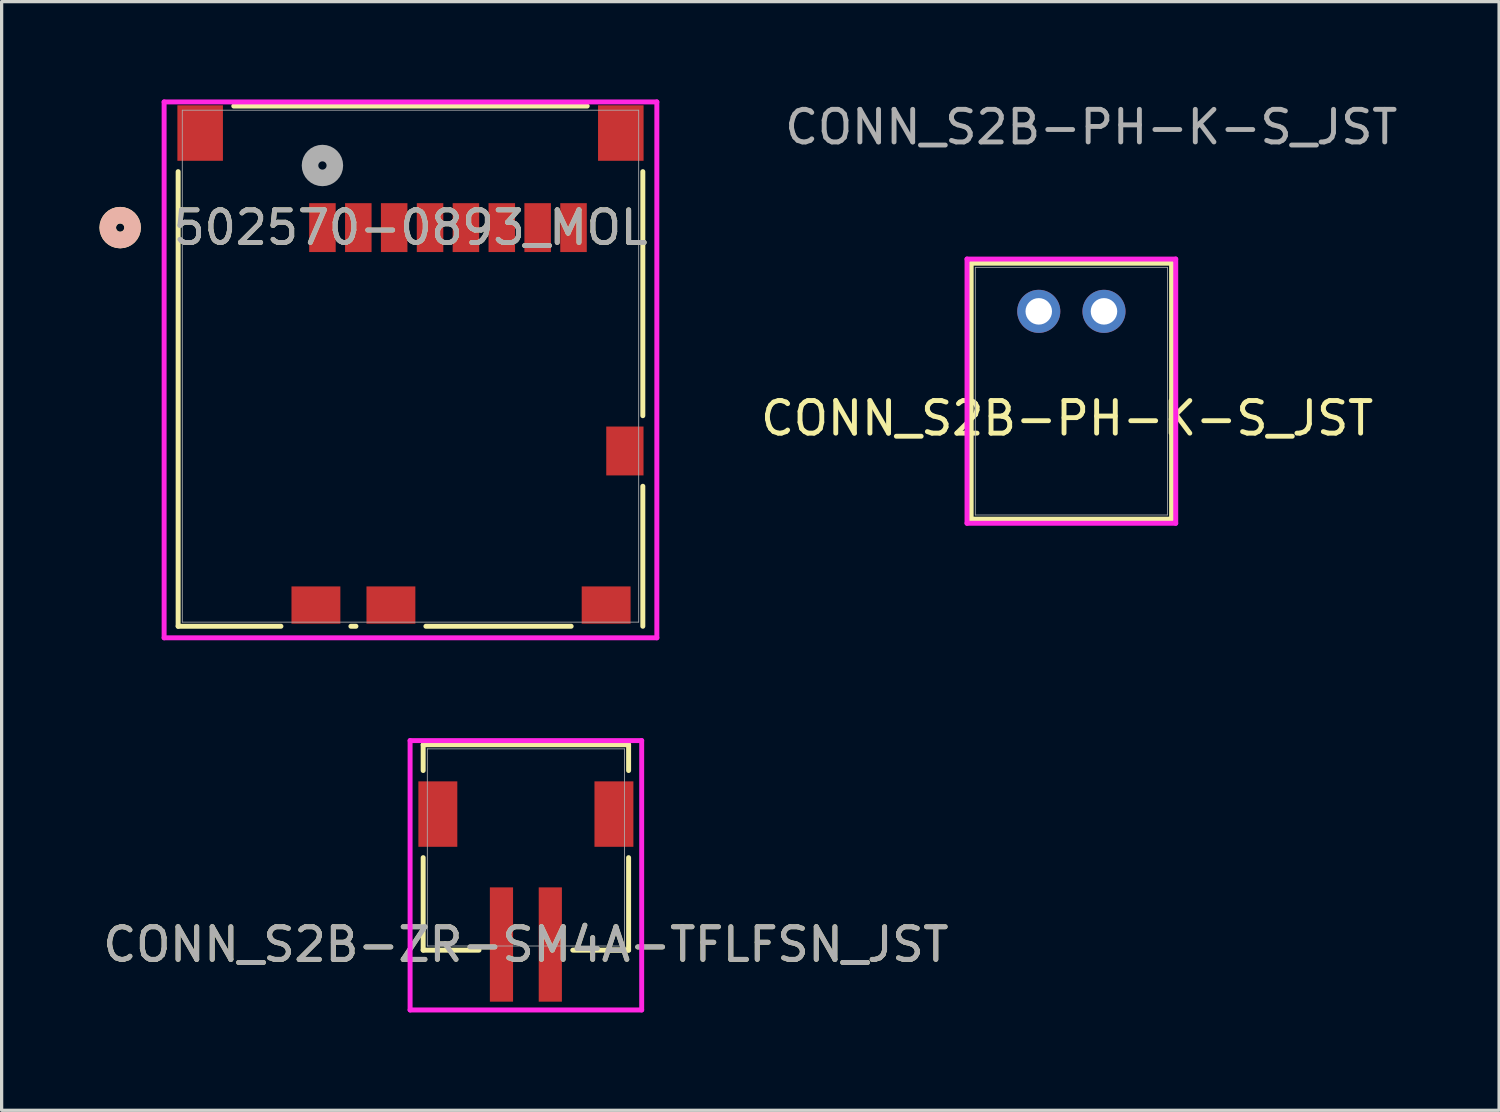
<source format=kicad_pcb>
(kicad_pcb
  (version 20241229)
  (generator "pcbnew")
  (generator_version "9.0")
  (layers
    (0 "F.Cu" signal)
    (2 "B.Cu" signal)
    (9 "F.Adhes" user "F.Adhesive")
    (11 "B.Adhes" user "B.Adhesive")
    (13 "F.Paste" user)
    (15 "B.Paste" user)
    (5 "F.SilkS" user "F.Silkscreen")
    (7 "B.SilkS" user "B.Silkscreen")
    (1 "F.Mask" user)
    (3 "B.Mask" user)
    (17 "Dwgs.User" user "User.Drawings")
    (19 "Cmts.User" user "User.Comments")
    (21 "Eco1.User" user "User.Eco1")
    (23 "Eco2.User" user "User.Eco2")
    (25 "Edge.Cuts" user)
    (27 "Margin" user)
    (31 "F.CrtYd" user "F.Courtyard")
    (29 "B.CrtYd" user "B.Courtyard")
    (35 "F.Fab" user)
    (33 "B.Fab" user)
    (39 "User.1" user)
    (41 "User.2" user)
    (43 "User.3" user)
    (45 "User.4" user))
  (footprint "502570-0893_MOL"
    (layer "F.Cu")
    (at 9.538 8.179)
    (property "Reference" "502570-0893_MOL" (at 0 -4.249 0) (unlocked yes) (layer "F.SilkS") (effects (font (size 1 1) (thickness 0.15))))
    (attr smd)
    (fp_line (start -7.125 -5.965) (end -7.125 7.976) (stroke (width 0.152) (type solid)) (layer "F.SilkS"))
    (fp_line (start -7.125 7.976) (end -3.973 7.976) (stroke (width 0.152) (type solid)) (layer "F.SilkS"))
    (fp_line (start -1.827 7.976) (end -1.673 7.976) (stroke (width 0.152) (type solid)) (layer "F.SilkS"))
    (fp_line (start 0.473 7.976) (end 4.927 7.976) (stroke (width 0.152) (type solid)) (layer "F.SilkS"))
    (fp_line (start 5.419 -7.976) (end -5.419 -7.976) (stroke (width 0.152) (type solid)) (layer "F.SilkS"))
    (fp_line (start 7.125 1.519) (end 7.125 -5.965) (stroke (width 0.152) (type solid)) (layer "F.SilkS"))
    (fp_line (start 7.125 7.976) (end 7.125 3.683) (stroke (width 0.152) (type solid)) (layer "F.SilkS"))
    (fp_circle (center -8.903 -4.249) (end -8.522 -4.249) (stroke (width 0.508) (type solid)) (fill no) (layer "F.SilkS"))
    (fp_circle (center -8.903 -4.249) (end -8.522 -4.249) (stroke (width 0.508) (type solid)) (fill no) (layer "B.SilkS"))
    (fp_line (start -7.555 -8.103) (end -7.555 8.33) (stroke (width 0.152) (type solid)) (layer "F.CrtYd"))
    (fp_line (start -7.555 8.33) (end 7.555 8.33) (stroke (width 0.152) (type solid)) (layer "F.CrtYd"))
    (fp_line (start 7.555 -8.103) (end -7.555 -8.103) (stroke (width 0.152) (type solid)) (layer "F.CrtYd"))
    (fp_line (start 7.555 8.33) (end 7.555 -8.103) (stroke (width 0.152) (type solid)) (layer "F.CrtYd"))
    (fp_line (start -6.998 -7.849) (end -6.998 7.849) (stroke (width 0.025) (type solid)) (layer "F.Fab"))
    (fp_line (start -6.998 7.849) (end 6.998 7.849) (stroke (width 0.025) (type solid)) (layer "F.Fab"))
    (fp_line (start 6.998 -7.849) (end -6.998 -7.849) (stroke (width 0.025) (type solid)) (layer "F.Fab"))
    (fp_line (start 6.998 7.849) (end 6.998 -7.849) (stroke (width 0.025) (type solid)) (layer "F.Fab"))
    (fp_circle (center -2.7 -6.154) (end -2.319 -6.154) (stroke (width 0.508) (type solid)) (fill no) (layer "F.Fab"))
    (fp_text user "${REFERENCE}" (at 0 -4.249 0) (unlocked yes) (layer "F.Fab") (effects (font (size 1 1) (thickness 0.15))))
    (pad "1" smd rect (at -2.7 -4.249) (size 0.813 1.499) (layers "F.Cu" "F.Mask" "F.Paste"))
    (pad "2" smd rect (at -1.6 -4.249) (size 0.813 1.499) (layers "F.Cu" "F.Mask" "F.Paste"))
    (pad "3" smd rect (at -0.5 -4.249) (size 0.813 1.499) (layers "F.Cu" "F.Mask" "F.Paste"))
    (pad "4" smd rect (at 0.6 -4.249) (size 0.813 1.499) (layers "F.Cu" "F.Mask" "F.Paste"))
    (pad "5" smd rect (at 1.7 -4.249) (size 0.813 1.499) (layers "F.Cu" "F.Mask" "F.Paste"))
    (pad "6" smd rect (at 2.8 -4.249) (size 0.813 1.499) (layers "F.Cu" "F.Mask" "F.Paste"))
    (pad "7" smd rect (at 3.9 -4.249) (size 0.813 1.499) (layers "F.Cu" "F.Mask" "F.Paste"))
    (pad "8" smd rect (at 5 -4.249) (size 0.813 1.499) (layers "F.Cu" "F.Mask" "F.Paste"))
    (pad "9" smd rect (at 6.575 2.601 90) (size 1.499 1.143) (layers "F.Cu" "F.Mask" "F.Paste"))
    (pad "10" smd rect (at -0.6 7.326 90) (size 1.143 1.499) (layers "F.Cu" "F.Mask" "F.Paste"))
    (pad "11" smd rect (at -6.45 -7.149 90) (size 1.702 1.397) (layers "F.Cu" "F.Mask" "F.Paste"))
    (pad "12" smd rect (at 6.45 -7.149 90) (size 1.702 1.397) (layers "F.Cu" "F.Mask" "F.Paste"))
    (pad "13" smd rect (at -2.9 7.326 90) (size 1.143 1.499) (layers "F.Cu" "F.Mask" "F.Paste"))
    (pad "14" smd rect (at 6 7.326) (size 1.499 1.143) (layers "F.Cu" "F.Mask" "F.Paste")))
  (footprint "CONN_S2B-PH-K-S_JST"
    (layer "F.Cu")
    (at 28.805 6.498)
    (property "Reference" "CONN_S2B-PH-K-S_JST" (at 0.87 3.28 0) (unlocked yes) (layer "F.SilkS") (effects (font (size 1 1) (thickness 0.15))))
    (attr through_hole)
    (fp_line (start -2.073 -1.477) (end -2.073 6.372) (stroke (width 0.152) (type solid)) (layer "F.SilkS"))
    (fp_line (start -2.073 6.372) (end 4.073 6.372) (stroke (width 0.152) (type solid)) (layer "F.SilkS"))
    (fp_line (start 4.073 -1.477) (end -2.073 -1.477) (stroke (width 0.152) (type solid)) (layer "F.SilkS"))
    (fp_line (start 4.073 6.372) (end 4.073 -1.477) (stroke (width 0.152) (type solid)) (layer "F.SilkS"))
    (fp_line (start -2.2 -1.604) (end -2.2 6.499) (stroke (width 0.152) (type solid)) (layer "F.CrtYd"))
    (fp_line (start -2.2 6.499) (end 4.2 6.499) (stroke (width 0.152) (type solid)) (layer "F.CrtYd"))
    (fp_line (start 4.2 -1.604) (end -2.2 -1.604) (stroke (width 0.152) (type solid)) (layer "F.CrtYd"))
    (fp_line (start 4.2 6.499) (end 4.2 -1.604) (stroke (width 0.152) (type solid)) (layer "F.CrtYd"))
    (fp_line (start -1.946 -1.35) (end -1.946 6.245) (stroke (width 0.025) (type solid)) (layer "F.Fab"))
    (fp_line (start -1.946 6.245) (end 3.946 6.245) (stroke (width 0.025) (type solid)) (layer "F.Fab"))
    (fp_line (start 3.946 -1.35) (end -1.946 -1.35) (stroke (width 0.025) (type solid)) (layer "F.Fab"))
    (fp_line (start 3.946 6.245) (end 3.946 -1.35) (stroke (width 0.025) (type solid)) (layer "F.Fab"))
    (fp_text user "${REFERENCE}" (at 1.61 -5.65 0) (unlocked yes) (layer "F.Fab") (effects (font (size 1 1) (thickness 0.15))))
    (pad "1" thru_hole circle (at 0 0) (size 1.321 1.321) (drill 0.813) (layers "*.Cu" "*.Mask"))
    (pad "2" thru_hole circle (at 2 0) (size 1.321 1.321) (drill 0.813) (layers "*.Cu" "*.Mask")))
  (footprint "CONN_S2B-ZR-SM4A-TFLFSN_JST"
    (layer "F.Cu")
    (at 13.077 22.938)
    (property "Reference" "CONN_S2B-ZR-SM4A-TFLFSN_JST" (at 0 2.977 0) (unlocked yes) (layer "F.SilkS") (effects (font (size 1 1) (thickness 0.15))))
    (attr smd)
    (fp_line (start -3.15 -3.15) (end -3.15 -2.359) (stroke (width 0.152) (type solid)) (layer "F.SilkS"))
    (fp_line (start -3.15 0.313) (end -3.15 3.15) (stroke (width 0.152) (type solid)) (layer "F.SilkS"))
    (fp_line (start -3.15 3.15) (end -1.438 3.15) (stroke (width 0.152) (type solid)) (layer "F.SilkS"))
    (fp_line (start 1.438 3.15) (end 3.15 3.15) (stroke (width 0.152) (type solid)) (layer "F.SilkS"))
    (fp_line (start 3.15 -3.15) (end -3.15 -3.15) (stroke (width 0.152) (type solid)) (layer "F.SilkS"))
    (fp_line (start 3.15 -2.359) (end 3.15 -3.15) (stroke (width 0.152) (type solid)) (layer "F.SilkS"))
    (fp_line (start 3.15 3.15) (end 3.15 0.313) (stroke (width 0.152) (type solid)) (layer "F.SilkS"))
    (fp_line (start -3.551 -3.277) (end -3.551 4.984) (stroke (width 0.152) (type solid)) (layer "F.CrtYd"))
    (fp_line (start -3.551 4.984) (end 3.551 4.984) (stroke (width 0.152) (type solid)) (layer "F.CrtYd"))
    (fp_line (start 3.551 -3.277) (end -3.551 -3.277) (stroke (width 0.152) (type solid)) (layer "F.CrtYd"))
    (fp_line (start 3.551 4.984) (end 3.551 -3.277) (stroke (width 0.152) (type solid)) (layer "F.CrtYd"))
    (fp_line (start -3.023 -3.023) (end -3.023 3.023) (stroke (width 0.025) (type solid)) (layer "F.Fab"))
    (fp_line (start -3.023 3.023) (end 3.023 3.023) (stroke (width 0.025) (type solid)) (layer "F.Fab"))
    (fp_line (start 3.023 -3.023) (end -3.023 -3.023) (stroke (width 0.025) (type solid)) (layer "F.Fab"))
    (fp_line (start 3.023 3.023) (end 3.023 -3.023) (stroke (width 0.025) (type solid)) (layer "F.Fab"))
    (fp_text user "${REFERENCE}" (at 0 2.977 0) (unlocked yes) (layer "F.Fab") (effects (font (size 1 1) (thickness 0.15))))
    (pad "1" smd rect (at 0.749 2.977) (size 0.711 3.505) (layers "F.Cu" "F.Mask" "F.Paste"))
    (pad "2" smd rect (at -0.749 2.977) (size 0.711 3.505) (layers "F.Cu" "F.Mask" "F.Paste"))
    (pad "3" smd rect (at -2.7 -1.023) (size 1.194 2.007) (layers "F.Cu" "F.Mask" "F.Paste"))
    (pad "4" smd rect (at 2.7 -1.023) (size 1.194 2.007) (layers "F.Cu" "F.Mask" "F.Paste")))
  (gr_rect
    (start -3 -3)
    (end 42.921 30.998)
    (stroke (width 0.1) (type default))
    (fill no)
    (layer "Edge.Cuts")))
</source>
